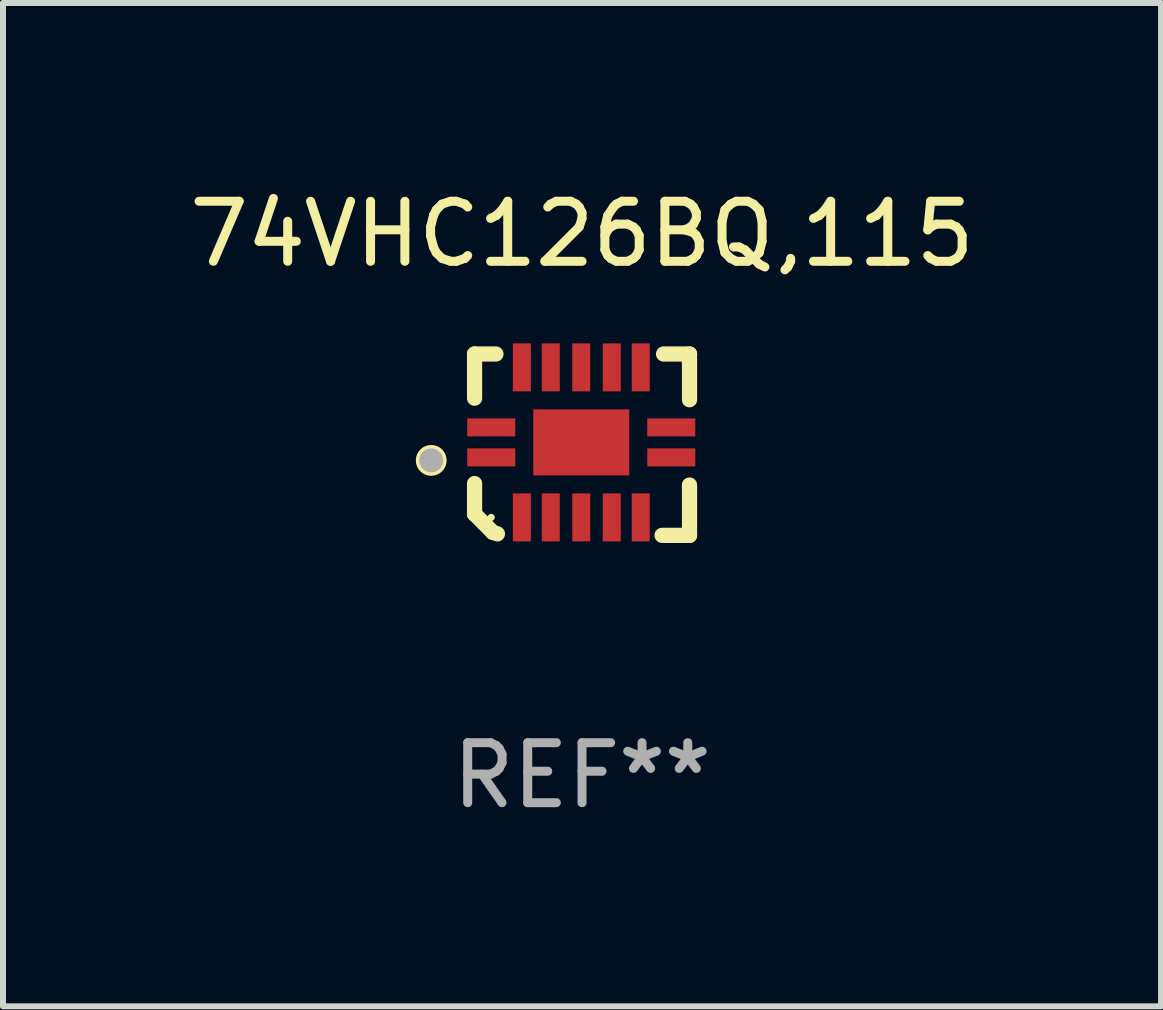
<source format=kicad_pcb>
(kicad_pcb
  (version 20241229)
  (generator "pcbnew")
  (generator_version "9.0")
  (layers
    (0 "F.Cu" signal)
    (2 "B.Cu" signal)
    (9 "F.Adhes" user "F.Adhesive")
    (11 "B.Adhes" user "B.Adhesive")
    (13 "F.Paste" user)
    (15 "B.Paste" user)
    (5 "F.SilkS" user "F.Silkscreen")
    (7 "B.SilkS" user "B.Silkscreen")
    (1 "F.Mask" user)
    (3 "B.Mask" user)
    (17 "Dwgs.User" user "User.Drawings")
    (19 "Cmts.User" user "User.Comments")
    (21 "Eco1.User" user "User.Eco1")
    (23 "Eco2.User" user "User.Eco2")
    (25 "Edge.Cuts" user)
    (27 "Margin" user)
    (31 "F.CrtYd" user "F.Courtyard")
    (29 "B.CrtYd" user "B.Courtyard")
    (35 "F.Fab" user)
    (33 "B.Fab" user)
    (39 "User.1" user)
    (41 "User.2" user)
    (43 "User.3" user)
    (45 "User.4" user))
  (footprint "74VHC126BQ,115"
    (layer "F.Cu")
    (at 6.649 4.36)
    (property "Reference" "74VHC126BQ,115" (at 0 -3.511 0) (layer "F.SilkS") (effects (font (size 1 1) (thickness 0.15))))
    (attr through_hole)
    (fp_line (start -1.791 -1.511) (end -1.435 -1.511) (stroke (width 0.254) (type solid)) (layer "F.SilkS"))
    (fp_line (start -1.791 -0.775) (end -1.791 -1.511) (stroke (width 0.254) (type solid)) (layer "F.SilkS"))
    (fp_line (start -1.791 1.156) (end -1.791 0.648) (stroke (width 0.254) (type solid)) (layer "F.SilkS"))
    (fp_line (start -1.486 1.461) (end -1.791 1.156) (stroke (width 0.254) (type solid)) (layer "F.SilkS"))
    (fp_line (start -1.41 1.486) (end -1.486 1.461) (stroke (width 0.254) (type solid)) (layer "F.SilkS"))
    (fp_line (start 1.334 1.511) (end 1.791 1.511) (stroke (width 0.254) (type solid)) (layer "F.SilkS"))
    (fp_line (start 1.791 -1.511) (end 1.359 -1.511) (stroke (width 0.254) (type solid)) (layer "F.SilkS"))
    (fp_line (start 1.791 -0.749) (end 1.791 -1.511) (stroke (width 0.254) (type solid)) (layer "F.SilkS"))
    (fp_line (start 1.791 1.511) (end 1.791 0.673) (stroke (width 0.254) (type solid)) (layer "F.SilkS"))
    (fp_circle (center -2.513 0.262) (end -2.383 0.262) (stroke (width 0.254) (type solid)) (fill no) (layer "F.SilkS"))
    (fp_circle (center -1.513 1.212) (end -1.483 1.212) (stroke (width 0.06) (type solid)) (fill no) (layer "F.SilkS"))
    (fp_circle (center -2.513 0.262) (end -2.413 0.262) (stroke (width 0.2) (type solid)) (fill no) (layer "F.Fab"))
    (fp_text user "REF**" (at 0 5.511 0) (layer "F.Fab") (effects (font (size 1 1) (thickness 0.15))))
    (pad "1" smd rect (at -1.513 0.212) (size 0.8 0.3) (layers "F.Cu" "F.Mask" "F.Paste"))
    (pad "2" smd rect (at -1.003 1.212) (size 0.3 0.8) (layers "F.Cu" "F.Mask" "F.Paste"))
    (pad "3" smd rect (at -0.521 1.212) (size 0.3 0.8) (layers "F.Cu" "F.Mask" "F.Paste"))
    (pad "4" smd rect (at -0.013 1.212) (size 0.3 0.8) (layers "F.Cu" "F.Mask" "F.Paste"))
    (pad "5" smd rect (at 0.495 1.212) (size 0.3 0.8) (layers "F.Cu" "F.Mask" "F.Paste"))
    (pad "6" smd rect (at 0.978 1.212) (size 0.3 0.8) (layers "F.Cu" "F.Mask" "F.Paste"))
    (pad "7" smd rect (at 1.487 0.212) (size 0.8 0.3) (layers "F.Cu" "F.Mask" "F.Paste"))
    (pad "8" smd rect (at 1.487 -0.288) (size 0.8 0.3) (layers "F.Cu" "F.Mask" "F.Paste"))
    (pad "9" smd rect (at 0.978 -1.288) (size 0.3 0.8) (layers "F.Cu" "F.Mask" "F.Paste"))
    (pad "10" smd rect (at 0.495 -1.288) (size 0.3 0.8) (layers "F.Cu" "F.Mask" "F.Paste"))
    (pad "11" smd rect (at -0.013 -1.288) (size 0.3 0.8) (layers "F.Cu" "F.Mask" "F.Paste"))
    (pad "12" smd rect (at -0.521 -1.288) (size 0.3 0.8) (layers "F.Cu" "F.Mask" "F.Paste"))
    (pad "13" smd rect (at -1.003 -1.288) (size 0.3 0.8) (layers "F.Cu" "F.Mask" "F.Paste"))
    (pad "14" smd rect (at -1.513 -0.288) (size 0.8 0.3) (layers "F.Cu" "F.Mask" "F.Paste"))
    (pad "15" smd rect (at -0.013 -0.038 90) (size 1.1 1.6) (layers "F.Cu" "F.Mask" "F.Paste")))
  (gr_rect
    (start -3 -3)
    (end 16.298 13.719)
    (stroke (width 0.1) (type default))
    (fill no)
    (layer "Edge.Cuts")))
</source>
